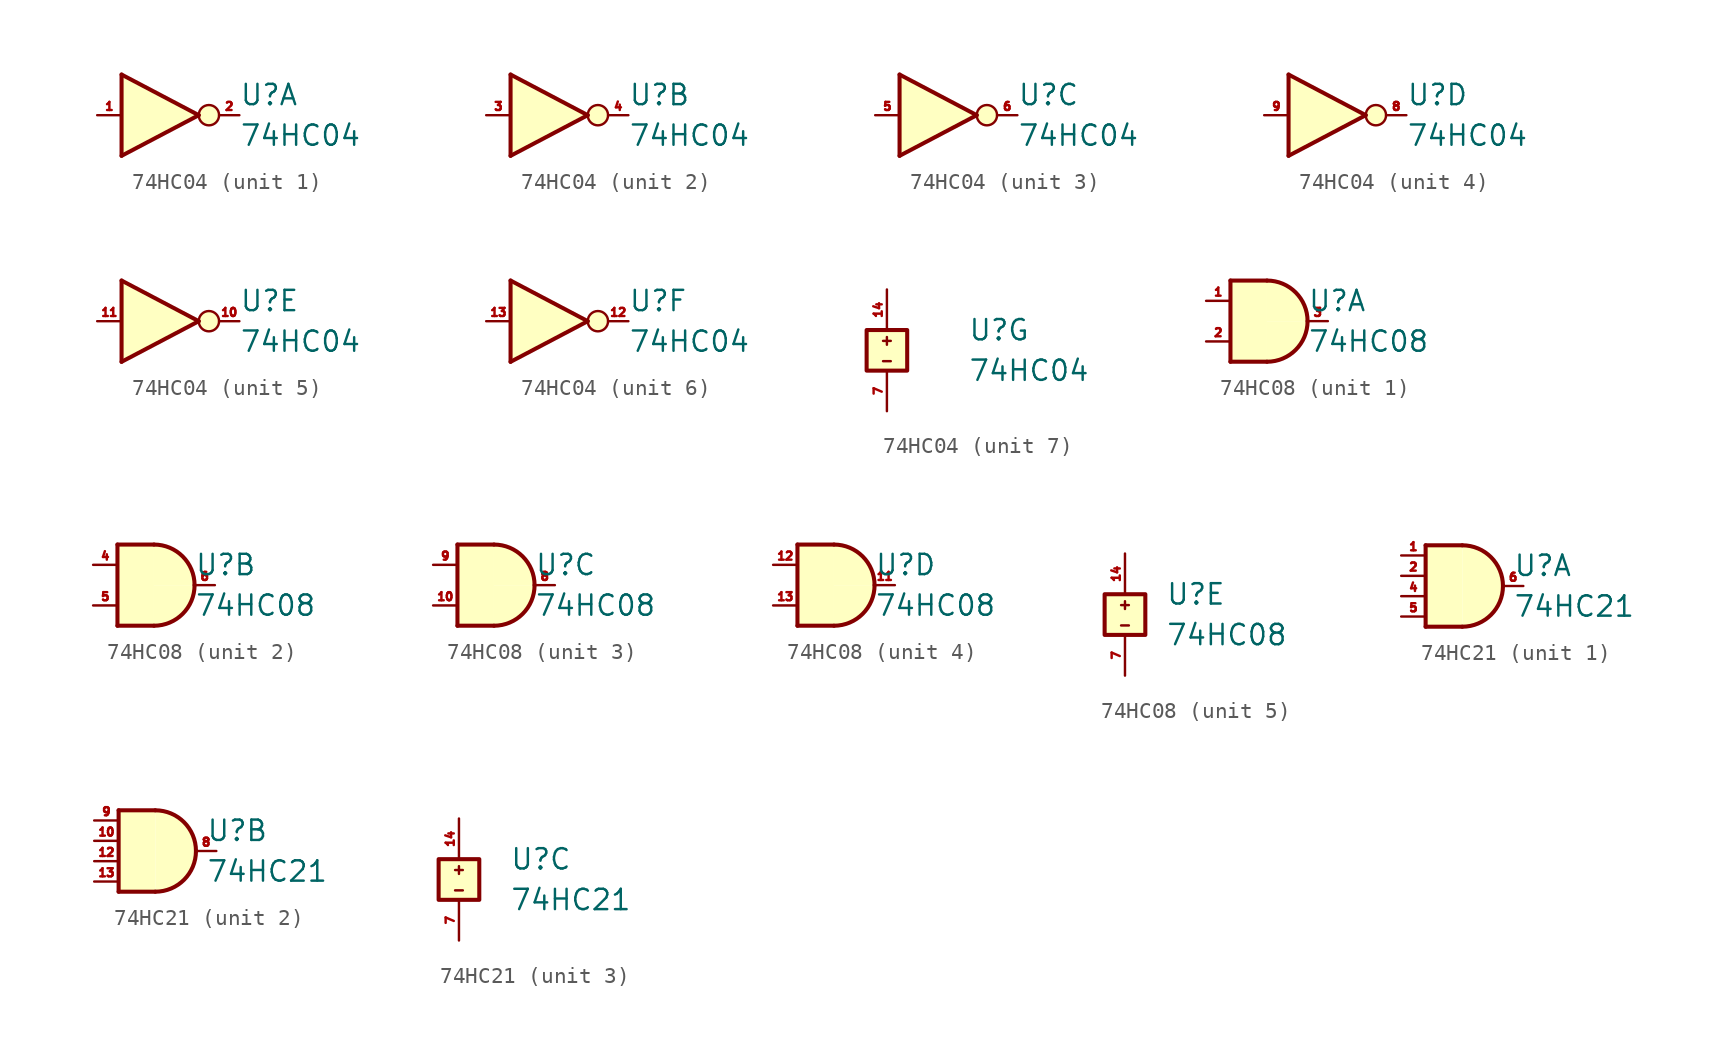
<source format=kicad_sym>
(kicad_symbol_lib
  (version 20231120)
  (generator "kicad_symbol_editor")
  (generator_version "8.0")
  (symbol "74HC04"
    (pin_names
      (offset 0.002) hide)
    (property "Reference" "U"
      (at 5.08 1.27 0)
      (effects (font (size 1.27 1.27)) (justify left)))
    (property "Value" "74HC04"
      (at 5.08 -1.27 0)
      (effects (font (size 1.27 1.27)) (justify left)))
    (property "ki_locked" ""
      (at 0 0 0)
      (effects (font (size 1.27 1.27))))
    (symbol "74HC04_1_0"
      (polyline (pts (xy -2.286 -2.54) (xy -2.286 2.54)) (stroke (width 0.254) (type default)) (fill (type background)))
      (polyline (pts (xy -2.286 -2.54) (xy 2.54 0)) (stroke (width 0.254) (type default)) (fill (type none)))
      (polyline (pts (xy 2.54 0) (xy -2.286 2.54)) (stroke (width 0.254) (type default)) (fill (type background)))
      (polyline (pts (xy 2.54 0) (xy -2.286 2.54) (xy -2.286 -2.54)) (stroke (width -0.025) (type default)) (fill (type background)))
      (circle (center 3.175 0) (radius 0.635) (stroke (width 0.152) (type default)) (fill (type background))))
    (symbol "74HC04_1_1"
      (pin passive line (at -3.81 0 0) (length 1.524) (name "~" (effects (font (size 1.27 1.27)))) (number "1" (effects (font (size 0.508 0.508)))))
      (pin passive line (at 5.08 0 180) (length 1.27) (name "~" (effects (font (size 1.27 1.27)))) (number "2" (effects (font (size 0.508 0.508))))))
    (symbol "74HC04_2_0"
      (polyline (pts (xy -2.286 -2.54) (xy -2.286 2.54)) (stroke (width 0.254) (type default)) (fill (type background)))
      (polyline (pts (xy -2.286 -2.54) (xy 2.54 0)) (stroke (width 0.254) (type default)) (fill (type none)))
      (polyline (pts (xy 2.54 0) (xy -2.286 2.54)) (stroke (width 0.254) (type default)) (fill (type background)))
      (polyline (pts (xy 2.54 0) (xy -2.286 2.54) (xy -2.286 -2.54)) (stroke (width -0.025) (type default)) (fill (type background)))
      (circle (center 3.175 0) (radius 0.635) (stroke (width 0.152) (type default)) (fill (type background))))
    (symbol "74HC04_2_1"
      (pin passive line (at -3.81 0 0) (length 1.524) (name "~" (effects (font (size 1.27 1.27)))) (number "3" (effects (font (size 0.508 0.508)))))
      (pin passive line (at 5.08 0 180) (length 1.27) (name "~" (effects (font (size 1.27 1.27)))) (number "4" (effects (font (size 0.508 0.508))))))
    (symbol "74HC04_3_0"
      (polyline (pts (xy -2.286 -2.54) (xy -2.286 2.54)) (stroke (width 0.254) (type default)) (fill (type background)))
      (polyline (pts (xy -2.286 -2.54) (xy 2.54 0)) (stroke (width 0.254) (type default)) (fill (type none)))
      (polyline (pts (xy 2.54 0) (xy -2.286 2.54)) (stroke (width 0.254) (type default)) (fill (type background)))
      (polyline (pts (xy 2.54 0) (xy -2.286 2.54) (xy -2.286 -2.54)) (stroke (width -0.025) (type default)) (fill (type background)))
      (circle (center 3.175 0) (radius 0.635) (stroke (width 0.152) (type default)) (fill (type background))))
    (symbol "74HC04_3_1"
      (pin passive line (at -3.81 0 0) (length 1.524) (name "~" (effects (font (size 1.27 1.27)))) (number "5" (effects (font (size 0.508 0.508)))))
      (pin passive line (at 5.08 0 180) (length 1.27) (name "~" (effects (font (size 1.27 1.27)))) (number "6" (effects (font (size 0.508 0.508))))))
    (symbol "74HC04_4_0"
      (polyline (pts (xy -2.286 -2.54) (xy -2.286 2.54)) (stroke (width 0.254) (type default)) (fill (type background)))
      (polyline (pts (xy -2.286 -2.54) (xy 2.54 0)) (stroke (width 0.254) (type default)) (fill (type none)))
      (polyline (pts (xy 2.54 0) (xy -2.286 2.54)) (stroke (width 0.254) (type default)) (fill (type background)))
      (polyline (pts (xy 2.54 0) (xy -2.286 2.54) (xy -2.286 -2.54)) (stroke (width -0.025) (type default)) (fill (type background)))
      (circle (center 3.175 0) (radius 0.635) (stroke (width 0.152) (type default)) (fill (type background))))
    (symbol "74HC04_4_1"
      (pin passive line (at 5.08 0 180) (length 1.27) (name "~" (effects (font (size 1.27 1.27)))) (number "8" (effects (font (size 0.508 0.508)))))
      (pin passive line (at -3.81 0 0) (length 1.524) (name "~" (effects (font (size 1.27 1.27)))) (number "9" (effects (font (size 0.508 0.508))))))
    (symbol "74HC04_5_0"
      (polyline (pts (xy -2.286 -2.54) (xy -2.286 2.54)) (stroke (width 0.254) (type default)) (fill (type background)))
      (polyline (pts (xy -2.286 -2.54) (xy 2.54 0)) (stroke (width 0.254) (type default)) (fill (type none)))
      (polyline (pts (xy 2.54 0) (xy -2.286 2.54)) (stroke (width 0.254) (type default)) (fill (type background)))
      (polyline (pts (xy 2.54 0) (xy -2.286 2.54) (xy -2.286 -2.54)) (stroke (width -0.025) (type default)) (fill (type background)))
      (circle (center 3.175 0) (radius 0.635) (stroke (width 0.152) (type default)) (fill (type background))))
    (symbol "74HC04_5_1"
      (pin passive line (at 5.08 0 180) (length 1.27) (name "~" (effects (font (size 1.27 1.27)))) (number "10" (effects (font (size 0.508 0.508)))))
      (pin passive line (at -3.81 0 0) (length 1.524) (name "~" (effects (font (size 1.27 1.27)))) (number "11" (effects (font (size 0.508 0.508))))))
    (symbol "74HC04_6_0"
      (polyline (pts (xy -2.286 -2.54) (xy -2.286 2.54)) (stroke (width 0.254) (type default)) (fill (type background)))
      (polyline (pts (xy -2.286 -2.54) (xy 2.54 0)) (stroke (width 0.254) (type default)) (fill (type none)))
      (polyline (pts (xy 2.54 0) (xy -2.286 2.54)) (stroke (width 0.254) (type default)) (fill (type background)))
      (polyline (pts (xy 2.54 0) (xy -2.286 2.54) (xy -2.286 -2.54)) (stroke (width -0.025) (type default)) (fill (type background)))
      (circle (center 3.175 0) (radius 0.635) (stroke (width 0.152) (type default)) (fill (type background))))
    (symbol "74HC04_6_1"
      (pin passive line (at 5.08 0 180) (length 1.27) (name "~" (effects (font (size 1.27 1.27)))) (number "12" (effects (font (size 0.508 0.508)))))
      (pin passive line (at -3.81 0 0) (length 1.524) (name "~" (effects (font (size 1.27 1.27)))) (number "13" (effects (font (size 0.508 0.508))))))
    (symbol "74HC04_7_0"
      (rectangle (start -1.27 1.27) (end 1.27 -1.27) (stroke (width 0.254) (type default)) (fill (type background)))
      (text "+" (at 0 0.635 0) (effects (font (size 0.635 0.635))))
      (text "-" (at 0 -0.635 0) (effects (font (size 0.635 0.635)))))
    (symbol "74HC04_7_1"
      (pin passive line (at 0 3.81 270) (length 2.54) (name "+" (effects (font (size 1.27 1.27)))) (number "14" (effects (font (size 0.508 0.508)))))
      (pin passive line (at 0 -3.81 90) (length 2.54) (name "-" (effects (font (size 1.27 1.27)))) (number "7" (effects (font (size 0.508 0.508)))))))
  (symbol "74HC08"
    (pin_names
      (offset 0.002) hide)
    (property "Reference" "U"
      (at 2.54 1.27 0)
      (effects (font (size 1.27 1.27)) (justify left)))
    (property "Value" "74HC08"
      (at 2.54 -1.27 0)
      (effects (font (size 1.27 1.27)) (justify left)))
    (property "ki_locked" ""
      (at 0 0 0)
      (effects (font (size 1.27 1.27))))
    (symbol "74HC08_1_0"
      (arc (start 0 -2.54) (mid 1.7961 -1.7961) (end 2.54 0) (stroke (width 0.254) (type default)) (fill (type background)))
      (polyline (pts (xy -2.286 -2.54) (xy -2.286 2.54)) (stroke (width 0.254) (type default)) (fill (type background)))
      (polyline (pts (xy -2.286 -2.54) (xy 0 -2.54)) (stroke (width 0.254) (type default)) (fill (type none)))
      (polyline (pts (xy 0 2.54) (xy -2.286 2.54)) (stroke (width 0.254) (type default)) (fill (type background)))
      (polyline (pts (xy 0 2.54) (xy -2.286 2.54) (xy -2.286 -2.54) (xy 0 -2.54)) (stroke (width -0.025) (type default)) (fill (type background)))
      (arc (start 2.54 0) (mid 1.7961 1.7961) (end 0 2.54) (stroke (width 0.254) (type default)) (fill (type background))))
    (symbol "74HC08_1_1"
      (pin passive line (at -3.81 1.27 0) (length 1.524) (name "~" (effects (font (size 1.27 1.27)))) (number "1" (effects (font (size 0.508 0.508)))))
      (pin passive line (at -3.81 -1.27 0) (length 1.524) (name "~" (effects (font (size 1.27 1.27)))) (number "2" (effects (font (size 0.508 0.508)))))
      (pin passive line (at 3.81 0 180) (length 1.27) (name "~" (effects (font (size 1.27 1.27)))) (number "3" (effects (font (size 0.508 0.508))))))
    (symbol "74HC08_2_0"
      (arc (start 0 -2.54) (mid 1.7961 -1.7961) (end 2.54 0) (stroke (width 0.254) (type default)) (fill (type background)))
      (polyline (pts (xy -2.286 -2.54) (xy -2.286 2.54)) (stroke (width 0.254) (type default)) (fill (type background)))
      (polyline (pts (xy -2.286 -2.54) (xy 0 -2.54)) (stroke (width 0.254) (type default)) (fill (type none)))
      (polyline (pts (xy 0 2.54) (xy -2.286 2.54)) (stroke (width 0.254) (type default)) (fill (type background)))
      (polyline (pts (xy 0 2.54) (xy -2.286 2.54) (xy -2.286 -2.54) (xy 0 -2.54)) (stroke (width -0.025) (type default)) (fill (type background)))
      (arc (start 2.54 0) (mid 1.7961 1.7961) (end 0 2.54) (stroke (width 0.254) (type default)) (fill (type background))))
    (symbol "74HC08_2_1"
      (pin passive line (at -3.81 1.27 0) (length 1.524) (name "~" (effects (font (size 1.27 1.27)))) (number "4" (effects (font (size 0.508 0.508)))))
      (pin passive line (at -3.81 -1.27 0) (length 1.524) (name "~" (effects (font (size 1.27 1.27)))) (number "5" (effects (font (size 0.508 0.508)))))
      (pin passive line (at 3.81 0 180) (length 1.27) (name "~" (effects (font (size 1.27 1.27)))) (number "6" (effects (font (size 0.508 0.508))))))
    (symbol "74HC08_3_0"
      (arc (start 0 -2.54) (mid 1.7961 -1.7961) (end 2.54 0) (stroke (width 0.254) (type default)) (fill (type background)))
      (polyline (pts (xy -2.286 -2.54) (xy -2.286 2.54)) (stroke (width 0.254) (type default)) (fill (type background)))
      (polyline (pts (xy -2.286 -2.54) (xy 0 -2.54)) (stroke (width 0.254) (type default)) (fill (type none)))
      (polyline (pts (xy 0 2.54) (xy -2.286 2.54)) (stroke (width 0.254) (type default)) (fill (type background)))
      (polyline (pts (xy 0 2.54) (xy -2.286 2.54) (xy -2.286 -2.54) (xy 0 -2.54)) (stroke (width -0.025) (type default)) (fill (type background)))
      (arc (start 2.54 0) (mid 1.7961 1.7961) (end 0 2.54) (stroke (width 0.254) (type default)) (fill (type background))))
    (symbol "74HC08_3_1"
      (pin passive line (at -3.81 -1.27 0) (length 1.524) (name "~" (effects (font (size 1.27 1.27)))) (number "10" (effects (font (size 0.508 0.508)))))
      (pin passive line (at 3.81 0 180) (length 1.27) (name "~" (effects (font (size 1.27 1.27)))) (number "8" (effects (font (size 0.508 0.508)))))
      (pin passive line (at -3.81 1.27 0) (length 1.524) (name "~" (effects (font (size 1.27 1.27)))) (number "9" (effects (font (size 0.508 0.508))))))
    (symbol "74HC08_4_0"
      (arc (start 0 -2.54) (mid 1.7961 -1.7961) (end 2.54 0) (stroke (width 0.254) (type default)) (fill (type background)))
      (polyline (pts (xy -2.286 -2.54) (xy -2.286 2.54)) (stroke (width 0.254) (type default)) (fill (type background)))
      (polyline (pts (xy -2.286 -2.54) (xy 0 -2.54)) (stroke (width 0.254) (type default)) (fill (type none)))
      (polyline (pts (xy 0 2.54) (xy -2.286 2.54)) (stroke (width 0.254) (type default)) (fill (type background)))
      (polyline (pts (xy 0 2.54) (xy -2.286 2.54) (xy -2.286 -2.54) (xy 0 -2.54)) (stroke (width -0.025) (type default)) (fill (type background)))
      (arc (start 2.54 0) (mid 1.7961 1.7961) (end 0 2.54) (stroke (width 0.254) (type default)) (fill (type background))))
    (symbol "74HC08_4_1"
      (pin passive line (at 3.81 0 180) (length 1.27) (name "~" (effects (font (size 1.27 1.27)))) (number "11" (effects (font (size 0.508 0.508)))))
      (pin passive line (at -3.81 1.27 0) (length 1.524) (name "~" (effects (font (size 1.27 1.27)))) (number "12" (effects (font (size 0.508 0.508)))))
      (pin passive line (at -3.81 -1.27 0) (length 1.524) (name "~" (effects (font (size 1.27 1.27)))) (number "13" (effects (font (size 0.508 0.508))))))
    (symbol "74HC08_5_0"
      (rectangle (start -1.27 1.27) (end 1.27 -1.27) (stroke (width 0.254) (type default)) (fill (type background)))
      (text "+" (at 0 0.635 0) (effects (font (size 0.635 0.635))))
      (text "-" (at 0 -0.635 0) (effects (font (size 0.635 0.635)))))
    (symbol "74HC08_5_1"
      (pin passive line (at 0 3.81 270) (length 2.54) (name "+" (effects (font (size 1.27 1.27)))) (number "14" (effects (font (size 0.508 0.508)))))
      (pin passive line (at 0 -3.81 90) (length 2.54) (name "-" (effects (font (size 1.27 1.27)))) (number "7" (effects (font (size 0.508 0.508)))))))
  (symbol "74HC21"
    (pin_names
      (offset 0.002) hide)
    (property "Reference" "U"
      (at 3.175 1.27 0)
      (effects (font (size 1.27 1.27)) (justify left)))
    (property "Value" "74HC21"
      (at 3.175 -1.27 0)
      (effects (font (size 1.27 1.27)) (justify left)))
    (property "ki_locked" ""
      (at 0 0 0)
      (effects (font (size 1.27 1.27))))
    (symbol "74HC21_1_0"
      (arc (start 0 -2.54) (mid 1.7961 -1.7961) (end 2.54 0) (stroke (width 0.254) (type default)) (fill (type background)))
      (polyline (pts (xy -2.286 -2.54) (xy -2.286 2.54)) (stroke (width 0.254) (type default)) (fill (type background)))
      (polyline (pts (xy -2.286 -2.54) (xy 0 -2.54)) (stroke (width 0.254) (type default)) (fill (type none)))
      (polyline (pts (xy 0 2.54) (xy -2.286 2.54)) (stroke (width 0.254) (type default)) (fill (type background)))
      (polyline (pts (xy 0 2.54) (xy -2.286 2.54) (xy -2.286 -2.54) (xy 0 -2.54)) (stroke (width -0.025) (type default)) (fill (type background)))
      (arc (start 2.54 0) (mid 1.7961 1.7961) (end 0 2.54) (stroke (width 0.254) (type default)) (fill (type background))))
    (symbol "74HC21_1_1"
      (pin passive line (at -3.81 1.905 0) (length 1.524) (name "~" (effects (font (size 1.27 1.27)))) (number "1" (effects (font (size 0.508 0.508)))))
      (pin passive line (at -3.81 0.635 0) (length 1.524) (name "" (effects (font (size 1.27 1.27)))) (number "2" (effects (font (size 0.508 0.508)))))
      (pin passive line (at -3.81 -0.635 0) (length 1.524) (name "~" (effects (font (size 1.27 1.27)))) (number "4" (effects (font (size 0.508 0.508)))))
      (pin passive line (at -3.81 -1.905 0) (length 1.524) (name "~" (effects (font (size 1.27 1.27)))) (number "5" (effects (font (size 0.508 0.508)))))
      (pin passive line (at 3.81 0 180) (length 1.27) (name "~" (effects (font (size 1.27 1.27)))) (number "6" (effects (font (size 0.508 0.508))))))
    (symbol "74HC21_2_0"
      (arc (start 0 -2.54) (mid 1.7961 -1.7961) (end 2.54 0) (stroke (width 0.254) (type default)) (fill (type background)))
      (polyline (pts (xy -2.286 -2.54) (xy -2.286 2.54)) (stroke (width 0.254) (type default)) (fill (type background)))
      (polyline (pts (xy -2.286 -2.54) (xy 0 -2.54)) (stroke (width 0.254) (type default)) (fill (type none)))
      (polyline (pts (xy 0 2.54) (xy -2.286 2.54)) (stroke (width 0.254) (type default)) (fill (type background)))
      (polyline (pts (xy 0 2.54) (xy -2.286 2.54) (xy -2.286 -2.54) (xy 0 -2.54)) (stroke (width -0.025) (type default)) (fill (type background)))
      (arc (start 2.54 0) (mid 1.7961 1.7961) (end 0 2.54) (stroke (width 0.254) (type default)) (fill (type background))))
    (symbol "74HC21_2_1"
      (pin passive line (at -3.81 0.635 0) (length 1.524) (name "~" (effects (font (size 1.27 1.27)))) (number "10" (effects (font (size 0.508 0.508)))))
      (pin passive line (at -3.81 -0.635 0) (length 1.524) (name "" (effects (font (size 1.27 1.27)))) (number "12" (effects (font (size 0.508 0.508)))))
      (pin passive line (at -3.81 -1.905 0) (length 1.524) (name "~" (effects (font (size 1.27 1.27)))) (number "13" (effects (font (size 0.508 0.508)))))
      (pin passive line (at 3.81 0 180) (length 1.27) (name "~" (effects (font (size 1.27 1.27)))) (number "8" (effects (font (size 0.508 0.508)))))
      (pin passive line (at -3.81 1.905 0) (length 1.524) (name "~" (effects (font (size 1.27 1.27)))) (number "9" (effects (font (size 0.508 0.508))))))
    (symbol "74HC21_3_0"
      (rectangle (start -1.27 1.27) (end 1.27 -1.27) (stroke (width 0.254) (type default)) (fill (type background)))
      (text "+" (at 0 0.635 0) (effects (font (size 0.635 0.635))))
      (text "-" (at 0 -0.635 0) (effects (font (size 0.635 0.635)))))
    (symbol "74HC21_3_1"
      (pin passive line (at 0 3.81 270) (length 2.54) (name "+" (effects (font (size 1.27 1.27)))) (number "14" (effects (font (size 0.508 0.508)))))
      (pin passive line (at 0 -3.81 90) (length 2.54) (name "-" (effects (font (size 1.27 1.27)))) (number "7" (effects (font (size 0.508 0.508))))))))
</source>
